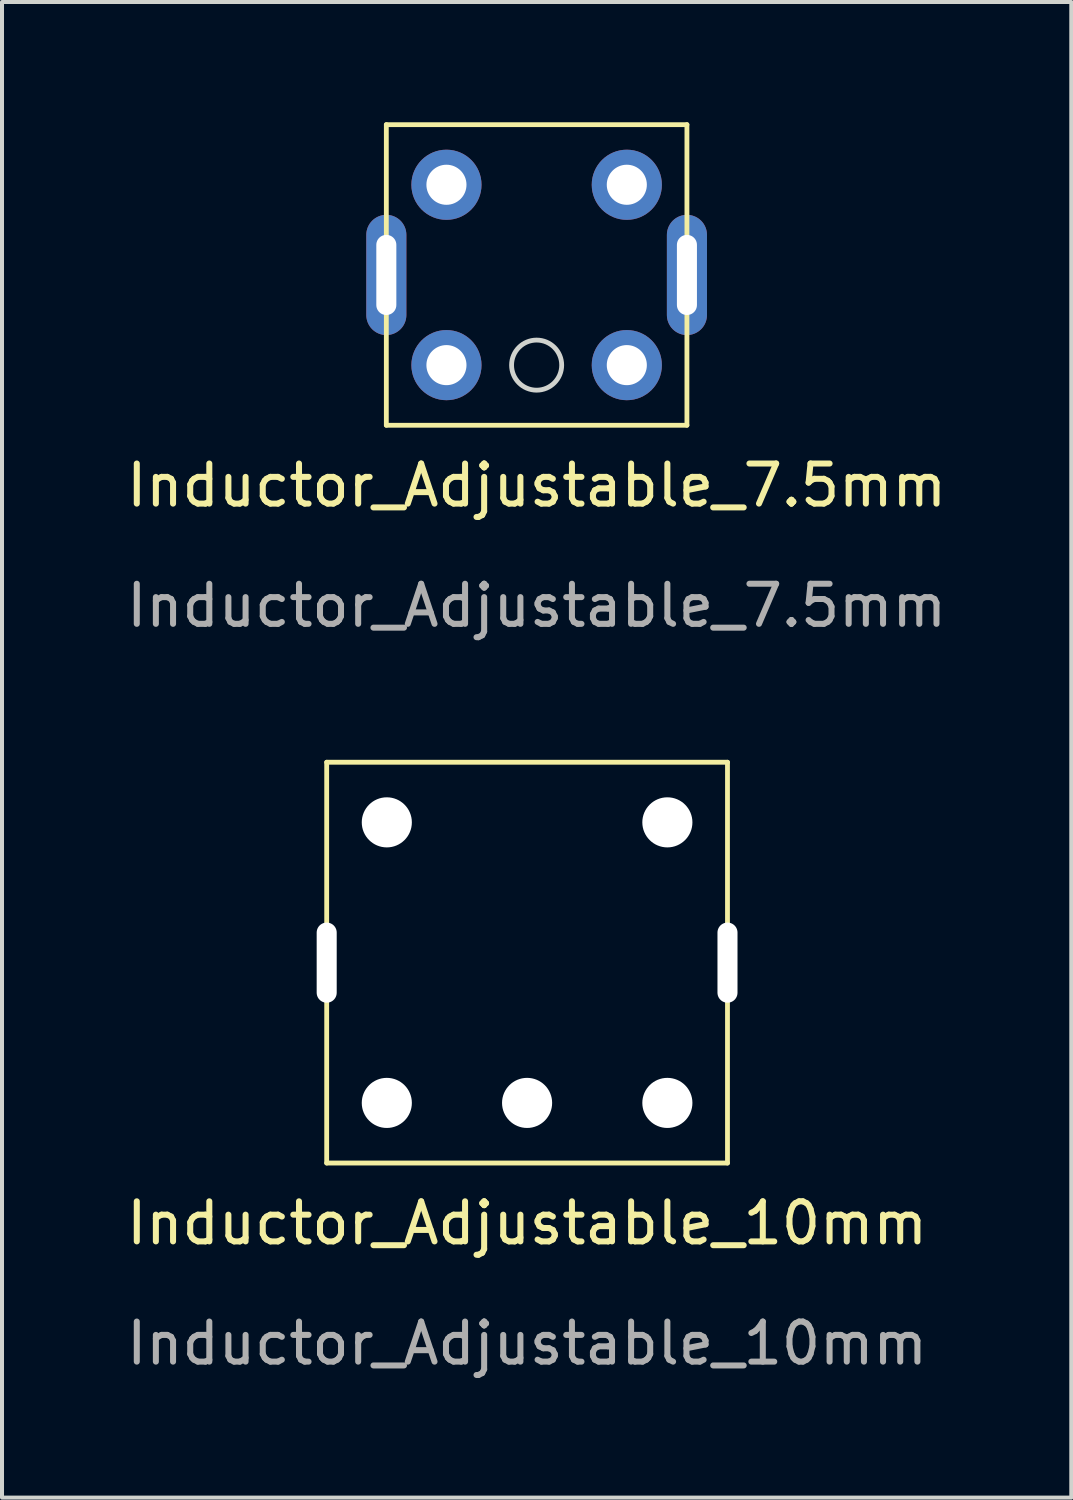
<source format=kicad_pcb>
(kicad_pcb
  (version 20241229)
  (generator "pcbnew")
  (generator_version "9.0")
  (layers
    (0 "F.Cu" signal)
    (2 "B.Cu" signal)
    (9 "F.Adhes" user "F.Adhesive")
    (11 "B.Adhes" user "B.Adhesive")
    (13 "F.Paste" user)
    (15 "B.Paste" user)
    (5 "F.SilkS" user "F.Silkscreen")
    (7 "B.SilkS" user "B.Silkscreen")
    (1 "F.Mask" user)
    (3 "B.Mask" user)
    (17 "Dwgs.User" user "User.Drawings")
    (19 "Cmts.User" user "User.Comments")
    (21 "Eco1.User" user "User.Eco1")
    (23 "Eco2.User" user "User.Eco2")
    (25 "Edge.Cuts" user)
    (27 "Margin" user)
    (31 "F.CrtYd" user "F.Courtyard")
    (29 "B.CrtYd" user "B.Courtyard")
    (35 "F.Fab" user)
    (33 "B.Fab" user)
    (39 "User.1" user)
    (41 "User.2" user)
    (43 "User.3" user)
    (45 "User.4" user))
  (footprint "Inductor_Adjustable_10mm"
    (layer "F.Cu")
    (at 10.101 20.968)
    (property "Reference" "Inductor_Adjustable_10mm" (at 0 6.5 0) (unlocked yes) (layer "F.SilkS") (effects (font (size 1 1) (thickness 0.15))))
    (attr through_hole)
    (fp_line (start -5 -5) (end 5 -5) (stroke (width 0.12) (type solid)) (layer "F.SilkS"))
    (fp_line (start -5 5) (end -5 -5) (stroke (width 0.12) (type solid)) (layer "F.SilkS"))
    (fp_line (start 5 -5) (end 5 5) (stroke (width 0.12) (type solid)) (layer "F.SilkS"))
    (fp_line (start 5 5) (end -5 5) (stroke (width 0.12) (type solid)) (layer "F.SilkS"))
    (fp_circle (center -3.5 -3.5) (end -3 -3.5) (stroke (width 0.12) (type solid)) (fill no) (layer "Dwgs.User"))
    (fp_circle (center -3.5 3.5) (end -3 3.5) (stroke (width 0.12) (type solid)) (fill no) (layer "Dwgs.User"))
    (fp_circle (center 0 3.5) (end 0.5 3.5) (stroke (width 0.12) (type solid)) (fill no) (layer "Dwgs.User"))
    (fp_circle (center 3.5 -3.5) (end 4 -3.5) (stroke (width 0.12) (type solid)) (fill no) (layer "Dwgs.User"))
    (fp_circle (center 3.5 3.5) (end 4 3.5) (stroke (width 0.12) (type solid)) (fill no) (layer "Dwgs.User"))
    (fp_text user "${REFERENCE}" (at 0 9.5 0) (unlocked yes) (layer "F.Fab") (effects (font (size 1 1) (thickness 0.15))))
    (pad "1" thru_hole circle (at 3.5 3.5 45) (size 2 2) (drill 1.25) (layers "*.Cu" "B.Mask") (remove_unused_layers yes) (zone_layer_connections))
    (pad "2" thru_hole circle (at 0 3.5) (size 2 2) (drill 1.25) (layers "*.Cu" "B.Mask") (remove_unused_layers yes) (zone_layer_connections))
    (pad "3" thru_hole circle (at -3.5 3.5 135) (size 2 2) (drill 1.25) (layers "*.Cu" "B.Mask") (remove_unused_layers yes) (zone_layer_connections))
    (pad "4" thru_hole circle (at -3.5 -3.5 225) (size 2 2) (drill 1.25) (layers "*.Cu" "B.Mask") (remove_unused_layers yes) (zone_layer_connections))
    (pad "5" thru_hole circle (at 3.5 -3.5 135) (size 2 2) (drill 1.25) (layers "*.Cu" "B.Mask") (remove_unused_layers yes) (zone_layer_connections))
    (pad "6" thru_hole oval (at -5 0) (size 1 3) (drill oval 0.5 2) (layers "*.Cu" "B.Mask") (remove_unused_layers yes) (zone_layer_connections))
    (pad "6" thru_hole oval (at 5 0) (size 1 3) (drill oval 0.5 2) (layers "*.Cu" "B.Mask") (remove_unused_layers yes) (zone_layer_connections)))
  (footprint "Inductor_Adjustable_7.5mm"
    (layer "F.Cu")
    (at 10.339 3.81)
    (property "Reference" "Inductor_Adjustable_7.5mm" (at 0 5.25 0) (unlocked yes) (layer "F.SilkS") (effects (font (size 1 1) (thickness 0.15))))
    (attr through_hole)
    (fp_line (start -3.75 -1) (end -3.75 -3.75) (stroke (width 0.12) (type default)) (layer "F.SilkS"))
    (fp_line (start -3.75 1) (end -3.75 3.75) (stroke (width 0.12) (type default)) (layer "F.SilkS"))
    (fp_line (start -3.75 3.75) (end 3.75 3.75) (stroke (width 0.12) (type default)) (layer "F.SilkS"))
    (fp_line (start 3.75 -3.75) (end -3.75 -3.75) (stroke (width 0.12) (type default)) (layer "F.SilkS"))
    (fp_line (start 3.75 -1) (end 3.75 -3.75) (stroke (width 0.12) (type default)) (layer "F.SilkS"))
    (fp_line (start 3.75 3.75) (end 3.75 1) (stroke (width 0.12) (type default)) (layer "F.SilkS"))
    (fp_circle (center 0 2.25) (end 0.625 2.25) (stroke (width 0.12) (type default)) (fill no) (layer "Edge.Cuts"))
    (fp_text user "${REFERENCE}" (at 0 8.25 0) (unlocked yes) (layer "F.Fab") (effects (font (size 1 1) (thickness 0.15))))
    (pad "1" thru_hole circle (at 2.25 -2.25 135) (size 1.75 1.75) (drill 1) (layers "*.Cu" "B.Mask") (remove_unused_layers yes) (keep_end_layers yes) (zone_layer_connections))
    (pad "3" thru_hole circle (at 2.25 2.25 45) (size 1.75 1.75) (drill 1) (layers "*.Cu" "B.Mask") (remove_unused_layers yes) (keep_end_layers yes) (zone_layer_connections))
    (pad "4" thru_hole circle (at -2.25 2.25 135) (size 1.75 1.75) (drill 1) (layers "*.Cu" "B.Mask") (remove_unused_layers yes) (keep_end_layers yes) (zone_layer_connections))
    (pad "5" thru_hole circle (at -2.25 -2.25 225) (size 1.75 1.75) (drill 1) (layers "*.Cu" "B.Mask") (remove_unused_layers yes) (keep_end_layers yes) (zone_layer_connections))
    (pad "6" thru_hole oval (at -3.75 0) (size 1 3) (drill oval 0.5 2) (layers "*.Cu" "B.Mask") (remove_unused_layers yes) (keep_end_layers yes) (zone_layer_connections))
    (pad "6" thru_hole oval (at 3.75 0) (size 1 3) (drill oval 0.5 2) (layers "*.Cu" "B.Mask") (remove_unused_layers yes) (keep_end_layers yes) (zone_layer_connections)))
  (gr_rect
    (start -3 -3)
    (end 23.679 34.316)
    (stroke (width 0.1) (type default))
    (fill no)
    (layer "Edge.Cuts")))
</source>
